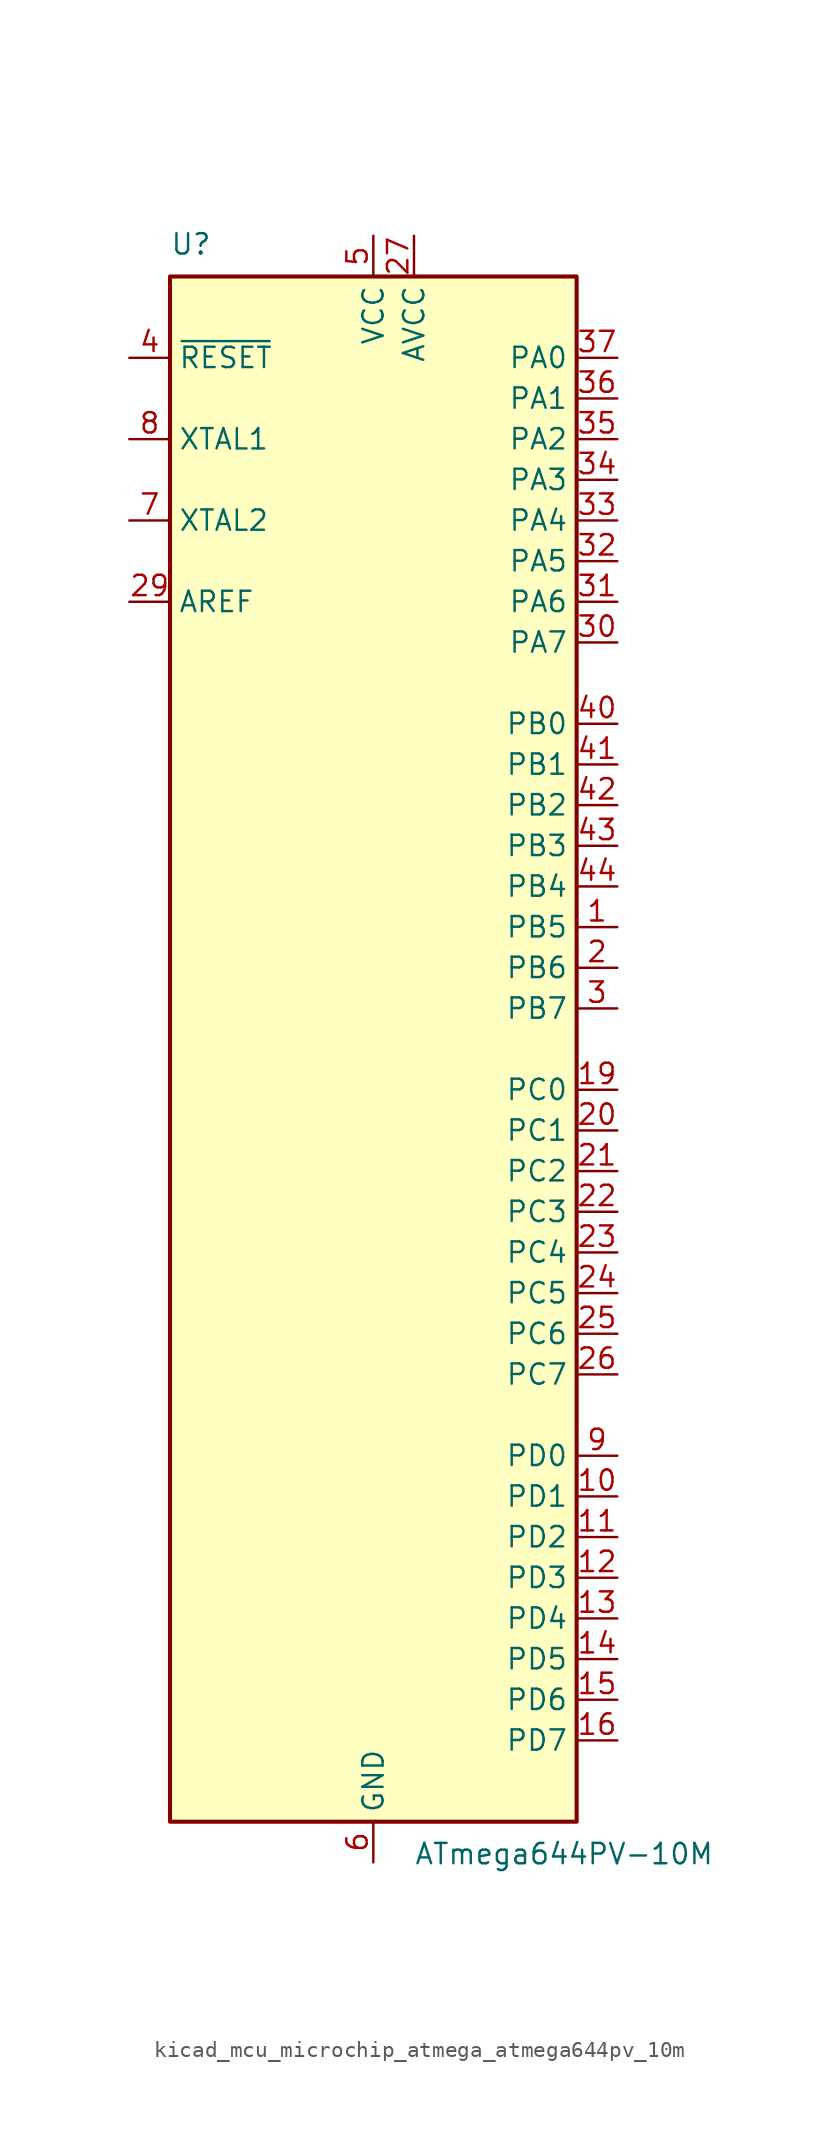
<source format=kicad_sym>
(kicad_symbol_lib
  (version 20220914)
  (generator kicad_symbol_editor)
  (symbol "kicad_mcu_microchip_atmega_atmega644pv_10m"
    (property "Reference" "U"
      (at -12.7 49.53 0)
      (effects (font (size 1.27 1.27)) (justify left bottom)))
    (property "Value" "ATmega644PV-10M"
      (at 2.54 -49.53 0)
      (effects (font (size 1.27 1.27)) (justify left top)))
    (symbol "kicad_mcu_microchip_atmega_atmega644pv_10m_0_1"
      (rectangle (start -12.7 -48.26) (end 12.7 48.26) (stroke (width 0.254) (type default)) (fill (type background))))
    (symbol "kicad_mcu_microchip_atmega_atmega644pv_10m_1_1"
      (pin bidirectional line (at 15.24 7.62 180) (length 2.54) (name "PB5" (effects (font (size 1.27 1.27)))) (number "1" (effects (font (size 1.27 1.27)))))
      (pin bidirectional line (at 15.24 -27.94 180) (length 2.54) (name "PD1" (effects (font (size 1.27 1.27)))) (number "10" (effects (font (size 1.27 1.27)))))
      (pin bidirectional line (at 15.24 -30.48 180) (length 2.54) (name "PD2" (effects (font (size 1.27 1.27)))) (number "11" (effects (font (size 1.27 1.27)))))
      (pin bidirectional line (at 15.24 -33.02 180) (length 2.54) (name "PD3" (effects (font (size 1.27 1.27)))) (number "12" (effects (font (size 1.27 1.27)))))
      (pin bidirectional line (at 15.24 -35.56 180) (length 2.54) (name "PD4" (effects (font (size 1.27 1.27)))) (number "13" (effects (font (size 1.27 1.27)))))
      (pin bidirectional line (at 15.24 -38.1 180) (length 2.54) (name "PD5" (effects (font (size 1.27 1.27)))) (number "14" (effects (font (size 1.27 1.27)))))
      (pin bidirectional line (at 15.24 -40.64 180) (length 2.54) (name "PD6" (effects (font (size 1.27 1.27)))) (number "15" (effects (font (size 1.27 1.27)))))
      (pin bidirectional line (at 15.24 -43.18 180) (length 2.54) (name "PD7" (effects (font (size 1.27 1.27)))) (number "16" (effects (font (size 1.27 1.27)))))
      (pin passive line (at 0 50.8 270) (length 2.54) hide (name "VCC" (effects (font (size 1.27 1.27)))) (number "17" (effects (font (size 1.27 1.27)))))
      (pin passive line (at 0 -50.8 90) (length 2.54) hide (name "GND" (effects (font (size 1.27 1.27)))) (number "18" (effects (font (size 1.27 1.27)))))
      (pin bidirectional line (at 15.24 -2.54 180) (length 2.54) (name "PC0" (effects (font (size 1.27 1.27)))) (number "19" (effects (font (size 1.27 1.27)))))
      (pin bidirectional line (at 15.24 5.08 180) (length 2.54) (name "PB6" (effects (font (size 1.27 1.27)))) (number "2" (effects (font (size 1.27 1.27)))))
      (pin bidirectional line (at 15.24 -5.08 180) (length 2.54) (name "PC1" (effects (font (size 1.27 1.27)))) (number "20" (effects (font (size 1.27 1.27)))))
      (pin bidirectional line (at 15.24 -7.62 180) (length 2.54) (name "PC2" (effects (font (size 1.27 1.27)))) (number "21" (effects (font (size 1.27 1.27)))))
      (pin bidirectional line (at 15.24 -10.16 180) (length 2.54) (name "PC3" (effects (font (size 1.27 1.27)))) (number "22" (effects (font (size 1.27 1.27)))))
      (pin bidirectional line (at 15.24 -12.7 180) (length 2.54) (name "PC4" (effects (font (size 1.27 1.27)))) (number "23" (effects (font (size 1.27 1.27)))))
      (pin bidirectional line (at 15.24 -15.24 180) (length 2.54) (name "PC5" (effects (font (size 1.27 1.27)))) (number "24" (effects (font (size 1.27 1.27)))))
      (pin bidirectional line (at 15.24 -17.78 180) (length 2.54) (name "PC6" (effects (font (size 1.27 1.27)))) (number "25" (effects (font (size 1.27 1.27)))))
      (pin bidirectional line (at 15.24 -20.32 180) (length 2.54) (name "PC7" (effects (font (size 1.27 1.27)))) (number "26" (effects (font (size 1.27 1.27)))))
      (pin power_in line (at 2.54 50.8 270) (length 2.54) (name "AVCC" (effects (font (size 1.27 1.27)))) (number "27" (effects (font (size 1.27 1.27)))))
      (pin passive line (at 0 -50.8 90) (length 2.54) hide (name "GND" (effects (font (size 1.27 1.27)))) (number "28" (effects (font (size 1.27 1.27)))))
      (pin passive line (at -15.24 27.94 0) (length 2.54) (name "AREF" (effects (font (size 1.27 1.27)))) (number "29" (effects (font (size 1.27 1.27)))))
      (pin bidirectional line (at 15.24 2.54 180) (length 2.54) (name "PB7" (effects (font (size 1.27 1.27)))) (number "3" (effects (font (size 1.27 1.27)))))
      (pin bidirectional line (at 15.24 25.4 180) (length 2.54) (name "PA7" (effects (font (size 1.27 1.27)))) (number "30" (effects (font (size 1.27 1.27)))))
      (pin bidirectional line (at 15.24 27.94 180) (length 2.54) (name "PA6" (effects (font (size 1.27 1.27)))) (number "31" (effects (font (size 1.27 1.27)))))
      (pin bidirectional line (at 15.24 30.48 180) (length 2.54) (name "PA5" (effects (font (size 1.27 1.27)))) (number "32" (effects (font (size 1.27 1.27)))))
      (pin bidirectional line (at 15.24 33.02 180) (length 2.54) (name "PA4" (effects (font (size 1.27 1.27)))) (number "33" (effects (font (size 1.27 1.27)))))
      (pin bidirectional line (at 15.24 35.56 180) (length 2.54) (name "PA3" (effects (font (size 1.27 1.27)))) (number "34" (effects (font (size 1.27 1.27)))))
      (pin bidirectional line (at 15.24 38.1 180) (length 2.54) (name "PA2" (effects (font (size 1.27 1.27)))) (number "35" (effects (font (size 1.27 1.27)))))
      (pin bidirectional line (at 15.24 40.64 180) (length 2.54) (name "PA1" (effects (font (size 1.27 1.27)))) (number "36" (effects (font (size 1.27 1.27)))))
      (pin bidirectional line (at 15.24 43.18 180) (length 2.54) (name "PA0" (effects (font (size 1.27 1.27)))) (number "37" (effects (font (size 1.27 1.27)))))
      (pin passive line (at 0 50.8 270) (length 2.54) hide (name "VCC" (effects (font (size 1.27 1.27)))) (number "38" (effects (font (size 1.27 1.27)))))
      (pin passive line (at 0 -50.8 90) (length 2.54) hide (name "GND" (effects (font (size 1.27 1.27)))) (number "39" (effects (font (size 1.27 1.27)))))
      (pin input line (at -15.24 43.18 0) (length 2.54) (name "~{RESET}" (effects (font (size 1.27 1.27)))) (number "4" (effects (font (size 1.27 1.27)))))
      (pin bidirectional line (at 15.24 20.32 180) (length 2.54) (name "PB0" (effects (font (size 1.27 1.27)))) (number "40" (effects (font (size 1.27 1.27)))))
      (pin bidirectional line (at 15.24 17.78 180) (length 2.54) (name "PB1" (effects (font (size 1.27 1.27)))) (number "41" (effects (font (size 1.27 1.27)))))
      (pin bidirectional line (at 15.24 15.24 180) (length 2.54) (name "PB2" (effects (font (size 1.27 1.27)))) (number "42" (effects (font (size 1.27 1.27)))))
      (pin bidirectional line (at 15.24 12.7 180) (length 2.54) (name "PB3" (effects (font (size 1.27 1.27)))) (number "43" (effects (font (size 1.27 1.27)))))
      (pin bidirectional line (at 15.24 10.16 180) (length 2.54) (name "PB4" (effects (font (size 1.27 1.27)))) (number "44" (effects (font (size 1.27 1.27)))))
      (pin passive line (at 0 -50.8 90) (length 2.54) hide (name "GND" (effects (font (size 1.27 1.27)))) (number "45" (effects (font (size 1.27 1.27)))))
      (pin power_in line (at 0 50.8 270) (length 2.54) (name "VCC" (effects (font (size 1.27 1.27)))) (number "5" (effects (font (size 1.27 1.27)))))
      (pin power_in line (at 0 -50.8 90) (length 2.54) (name "GND" (effects (font (size 1.27 1.27)))) (number "6" (effects (font (size 1.27 1.27)))))
      (pin output line (at -15.24 33.02 0) (length 2.54) (name "XTAL2" (effects (font (size 1.27 1.27)))) (number "7" (effects (font (size 1.27 1.27)))))
      (pin input line (at -15.24 38.1 0) (length 2.54) (name "XTAL1" (effects (font (size 1.27 1.27)))) (number "8" (effects (font (size 1.27 1.27)))))
      (pin bidirectional line (at 15.24 -25.4 180) (length 2.54) (name "PD0" (effects (font (size 1.27 1.27)))) (number "9" (effects (font (size 1.27 1.27))))))))
</source>
